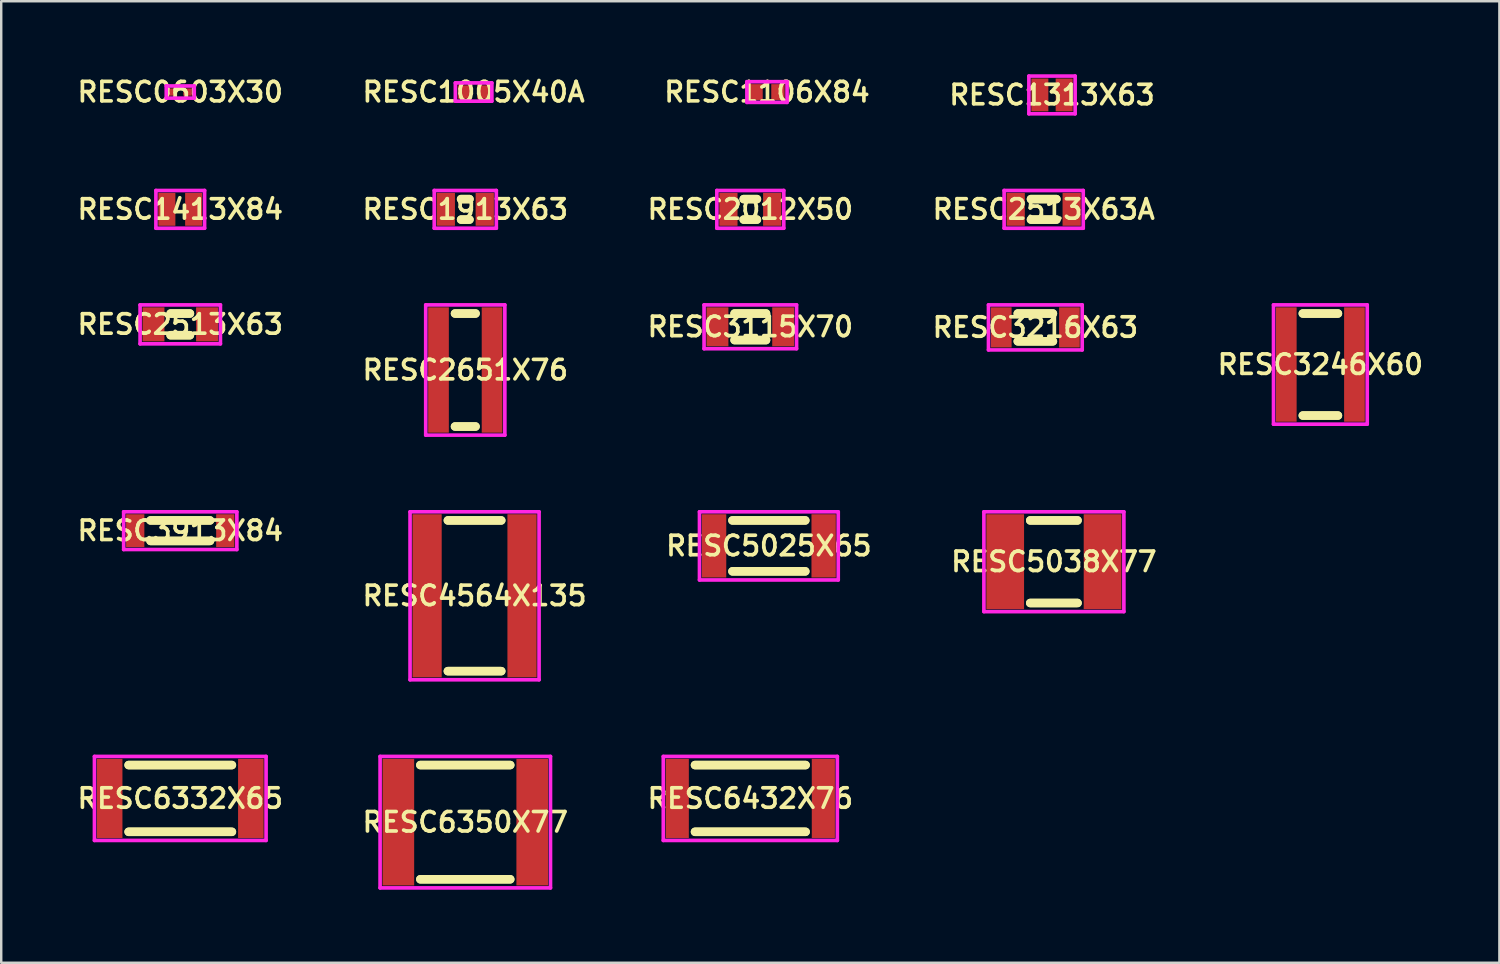
<source format=kicad_pcb>
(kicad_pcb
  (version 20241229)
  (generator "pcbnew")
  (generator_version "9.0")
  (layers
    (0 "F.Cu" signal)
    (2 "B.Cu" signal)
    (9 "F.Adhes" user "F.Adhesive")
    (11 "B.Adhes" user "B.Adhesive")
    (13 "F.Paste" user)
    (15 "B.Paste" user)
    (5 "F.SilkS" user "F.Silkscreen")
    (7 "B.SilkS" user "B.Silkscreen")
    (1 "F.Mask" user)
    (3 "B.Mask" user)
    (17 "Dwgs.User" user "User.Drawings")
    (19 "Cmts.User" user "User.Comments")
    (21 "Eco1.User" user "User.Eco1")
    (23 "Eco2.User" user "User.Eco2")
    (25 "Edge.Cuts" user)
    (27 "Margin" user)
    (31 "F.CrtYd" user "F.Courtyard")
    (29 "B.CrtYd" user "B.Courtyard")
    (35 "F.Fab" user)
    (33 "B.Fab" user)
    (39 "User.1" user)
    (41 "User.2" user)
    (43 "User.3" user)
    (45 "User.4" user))
  (footprint "RESC2651X76"
    (layer "F.Cu")
    (at 16.064 12.15)
    (property "Reference" "RESC2651X76" (at 0 0 0) (layer "F.SilkS") (effects (font (size 0.8 0.8) (thickness 0.15))))
    (attr smd)
    (fp_line (start -0.421 -2.321) (end 0.421 -2.321) (stroke (width 0.35) (type solid)) (layer "F.SilkS"))
    (fp_line (start -0.421 2.321) (end 0.421 2.321) (stroke (width 0.35) (type solid)) (layer "F.SilkS"))
    (fp_line (start 0.421 -2.321) (end -0.421 -2.321) (stroke (width 0.35) (type solid)) (layer "F.SilkS"))
    (fp_line (start 0.421 2.321) (end -0.421 2.321) (stroke (width 0.35) (type solid)) (layer "F.SilkS"))
    (fp_line (start -1.625 -2.675) (end 1.625 -2.675) (stroke (width 0.15) (type solid)) (layer "F.CrtYd"))
    (fp_line (start -1.625 2.675) (end -1.625 -2.675) (stroke (width 0.15) (type solid)) (layer "F.CrtYd"))
    (fp_line (start 1.625 -2.675) (end 1.625 2.675) (stroke (width 0.15) (type solid)) (layer "F.CrtYd"))
    (fp_line (start 1.625 2.675) (end -1.625 2.675) (stroke (width 0.15) (type solid)) (layer "F.CrtYd"))
    (pad "1" smd rect (at -1.1 0) (size 0.85 5.15) (layers "F.Cu" "F.Mask" "F.Paste"))
    (pad "2" smd rect (at 1.1 0) (size 0.85 5.15) (layers "F.Cu" "F.Mask" "F.Paste")))
  (footprint "RESC6350X77"
    (layer "F.Cu")
    (at 16.064 30.725)
    (property "Reference" "RESC6350X77" (at 0 0 0) (layer "F.SilkS") (effects (font (size 0.8 0.8) (thickness 0.15))))
    (attr smd)
    (fp_line (start -1.846 -2.346) (end 1.846 -2.346) (stroke (width 0.35) (type solid)) (layer "F.SilkS"))
    (fp_line (start -1.846 2.346) (end 1.846 2.346) (stroke (width 0.35) (type solid)) (layer "F.SilkS"))
    (fp_line (start 1.846 -2.346) (end -1.846 -2.346) (stroke (width 0.35) (type solid)) (layer "F.SilkS"))
    (fp_line (start 1.846 2.346) (end -1.846 2.346) (stroke (width 0.35) (type solid)) (layer "F.SilkS"))
    (fp_line (start -3.5 -2.7) (end 3.5 -2.7) (stroke (width 0.15) (type solid)) (layer "F.CrtYd"))
    (fp_line (start -3.5 2.7) (end -3.5 -2.7) (stroke (width 0.15) (type solid)) (layer "F.CrtYd"))
    (fp_line (start 3.5 -2.7) (end 3.5 2.7) (stroke (width 0.15) (type solid)) (layer "F.CrtYd"))
    (fp_line (start 3.5 2.7) (end -3.5 2.7) (stroke (width 0.15) (type solid)) (layer "F.CrtYd"))
    (pad "1" smd rect (at -2.75 0) (size 1.3 5.2) (layers "F.Cu" "F.Mask" "F.Paste"))
    (pad "2" smd rect (at 2.75 0) (size 1.3 5.2) (layers "F.Cu" "F.Mask" "F.Paste")))
  (footprint "RESC3115X70"
    (layer "F.Cu")
    (at 27.773 10.375)
    (property "Reference" "RESC3115X70" (at 0 0 0) (layer "F.SilkS") (effects (font (size 0.8 0.8) (thickness 0.15))))
    (attr smd)
    (fp_line (start -0.646 -0.546) (end 0.646 -0.546) (stroke (width 0.35) (type solid)) (layer "F.SilkS"))
    (fp_line (start -0.646 0.546) (end 0.646 0.546) (stroke (width 0.35) (type solid)) (layer "F.SilkS"))
    (fp_line (start 0.646 -0.546) (end -0.646 -0.546) (stroke (width 0.35) (type solid)) (layer "F.SilkS"))
    (fp_line (start 0.646 0.546) (end -0.646 0.546) (stroke (width 0.35) (type solid)) (layer "F.SilkS"))
    (fp_line (start -1.9 -0.9) (end 1.9 -0.9) (stroke (width 0.15) (type solid)) (layer "F.CrtYd"))
    (fp_line (start -1.9 0.9) (end -1.9 -0.9) (stroke (width 0.15) (type solid)) (layer "F.CrtYd"))
    (fp_line (start 1.9 -0.9) (end 1.9 0.9) (stroke (width 0.15) (type solid)) (layer "F.CrtYd"))
    (fp_line (start 1.9 0.9) (end -1.9 0.9) (stroke (width 0.15) (type solid)) (layer "F.CrtYd"))
    (pad "1" smd rect (at -1.35 0) (size 0.9 1.6) (layers "F.Cu" "F.Mask" "F.Paste"))
    (pad "2" smd rect (at 1.35 0) (size 0.9 1.6) (layers "F.Cu" "F.Mask" "F.Paste")))
  (footprint "RESC1913X63"
    (layer "F.Cu")
    (at 16.064 5.55)
    (property "Reference" "RESC1913X63" (at 0 0 0) (layer "F.SilkS") (effects (font (size 0.8 0.8) (thickness 0.15))))
    (attr smd)
    (fp_line (start -0.171 -0.421) (end 0.171 -0.421) (stroke (width 0.35) (type solid)) (layer "F.SilkS"))
    (fp_line (start -0.171 0.421) (end 0.171 0.421) (stroke (width 0.35) (type solid)) (layer "F.SilkS"))
    (fp_line (start 0.171 -0.421) (end -0.171 -0.421) (stroke (width 0.35) (type solid)) (layer "F.SilkS"))
    (fp_line (start 0.171 0.421) (end -0.171 0.421) (stroke (width 0.35) (type solid)) (layer "F.SilkS"))
    (fp_line (start -1.275 -0.775) (end 1.275 -0.775) (stroke (width 0.15) (type solid)) (layer "F.CrtYd"))
    (fp_line (start -1.275 0.775) (end -1.275 -0.775) (stroke (width 0.15) (type solid)) (layer "F.CrtYd"))
    (fp_line (start 1.275 -0.775) (end 1.275 0.775) (stroke (width 0.15) (type solid)) (layer "F.CrtYd"))
    (fp_line (start 1.275 0.775) (end -1.275 0.775) (stroke (width 0.15) (type solid)) (layer "F.CrtYd"))
    (pad "1" smd rect (at -0.8 0) (size 0.75 1.35) (layers "F.Cu" "F.Mask" "F.Paste"))
    (pad "2" smd rect (at 0.8 0) (size 0.75 1.35) (layers "F.Cu" "F.Mask" "F.Paste")))
  (footprint "RESC1313X63"
    (layer "F.Cu")
    (at 40.167 0.85)
    (property "Reference" "RESC1313X63" (at 0 0 0) (layer "F.SilkS") (effects (font (size 0.8 0.8) (thickness 0.15))))
    (attr smd)
    (fp_line (start -0.95 -0.775) (end 0.95 -0.775) (stroke (width 0.15) (type solid)) (layer "F.CrtYd"))
    (fp_line (start -0.95 0.775) (end -0.95 -0.775) (stroke (width 0.15) (type solid)) (layer "F.CrtYd"))
    (fp_line (start 0.95 -0.775) (end 0.95 0.775) (stroke (width 0.15) (type solid)) (layer "F.CrtYd"))
    (fp_line (start 0.95 0.775) (end -0.95 0.775) (stroke (width 0.15) (type solid)) (layer "F.CrtYd"))
    (pad "1" smd rect (at -0.5 0) (size 0.7 1.35) (layers "F.Cu" "F.Mask" "F.Paste"))
    (pad "2" smd rect (at 0.5 0) (size 0.7 1.35) (layers "F.Cu" "F.Mask" "F.Paste")))
  (footprint "RESC1005X40A"
    (layer "F.Cu")
    (at 16.406 0.731)
    (property "Reference" "RESC1005X40A" (at 0 0 0) (layer "F.SilkS") (effects (font (size 0.8 0.8) (thickness 0.15))))
    (attr smd)
    (fp_line (start -0.75 -0.375) (end 0.75 -0.375) (stroke (width 0.15) (type solid)) (layer "F.CrtYd"))
    (fp_line (start -0.75 0.375) (end -0.75 -0.375) (stroke (width 0.15) (type solid)) (layer "F.CrtYd"))
    (fp_line (start 0.75 -0.375) (end 0.75 0.375) (stroke (width 0.15) (type solid)) (layer "F.CrtYd"))
    (fp_line (start 0.75 0.375) (end -0.75 0.375) (stroke (width 0.15) (type solid)) (layer "F.CrtYd"))
    (pad "1" smd rect (at -0.4 0) (size 0.5 0.55) (layers "F.Cu" "F.Mask" "F.Paste"))
    (pad "2" smd rect (at 0.4 0) (size 0.5 0.55) (layers "F.Cu" "F.Mask" "F.Paste")))
  (footprint "RESC4564X135"
    (layer "F.Cu")
    (at 16.445 21.425)
    (property "Reference" "RESC4564X135" (at 0 0 0) (layer "F.SilkS") (effects (font (size 0.8 0.8) (thickness 0.15))))
    (attr smd)
    (fp_line (start -1.096 -3.096) (end 1.096 -3.096) (stroke (width 0.35) (type solid)) (layer "F.SilkS"))
    (fp_line (start -1.096 3.096) (end 1.096 3.096) (stroke (width 0.35) (type solid)) (layer "F.SilkS"))
    (fp_line (start 1.096 -3.096) (end -1.096 -3.096) (stroke (width 0.35) (type solid)) (layer "F.SilkS"))
    (fp_line (start 1.096 3.096) (end -1.096 3.096) (stroke (width 0.35) (type solid)) (layer "F.SilkS"))
    (fp_line (start -2.65 -3.45) (end 2.65 -3.45) (stroke (width 0.15) (type solid)) (layer "F.CrtYd"))
    (fp_line (start -2.65 3.45) (end -2.65 -3.45) (stroke (width 0.15) (type solid)) (layer "F.CrtYd"))
    (fp_line (start 2.65 -3.45) (end 2.65 3.45) (stroke (width 0.15) (type solid)) (layer "F.CrtYd"))
    (fp_line (start 2.65 3.45) (end -2.65 3.45) (stroke (width 0.15) (type solid)) (layer "F.CrtYd"))
    (pad "1" smd rect (at -1.95 0) (size 1.2 6.7) (layers "F.Cu" "F.Mask" "F.Paste"))
    (pad "2" smd rect (at 1.95 0) (size 1.2 6.7) (layers "F.Cu" "F.Mask" "F.Paste")))
  (footprint "RESC3216X63"
    (layer "F.Cu")
    (at 39.482 10.4)
    (property "Reference" "RESC3216X63" (at 0 0 0) (layer "F.SilkS") (effects (font (size 0.8 0.8) (thickness 0.15))))
    (attr smd)
    (fp_line (start -0.721 -0.571) (end 0.721 -0.571) (stroke (width 0.35) (type solid)) (layer "F.SilkS"))
    (fp_line (start -0.721 0.571) (end 0.721 0.571) (stroke (width 0.35) (type solid)) (layer "F.SilkS"))
    (fp_line (start 0.721 -0.571) (end -0.721 -0.571) (stroke (width 0.35) (type solid)) (layer "F.SilkS"))
    (fp_line (start 0.721 0.571) (end -0.721 0.571) (stroke (width 0.35) (type solid)) (layer "F.SilkS"))
    (fp_line (start -1.925 -0.925) (end 1.925 -0.925) (stroke (width 0.15) (type solid)) (layer "F.CrtYd"))
    (fp_line (start -1.925 0.925) (end -1.925 -0.925) (stroke (width 0.15) (type solid)) (layer "F.CrtYd"))
    (fp_line (start 1.925 -0.925) (end 1.925 0.925) (stroke (width 0.15) (type solid)) (layer "F.CrtYd"))
    (fp_line (start 1.925 0.925) (end -1.925 0.925) (stroke (width 0.15) (type solid)) (layer "F.CrtYd"))
    (pad "1" smd rect (at -1.4 0) (size 0.85 1.65) (layers "F.Cu" "F.Mask" "F.Paste"))
    (pad "2" smd rect (at 1.4 0) (size 0.85 1.65) (layers "F.Cu" "F.Mask" "F.Paste")))
  (footprint "RESC0603X30"
    (layer "F.Cu")
    (at 4.355 0.731)
    (property "Reference" "RESC0603X30" (at 0 0 0) (layer "F.SilkS") (effects (font (size 0.8 0.8) (thickness 0.15))))
    (attr smd)
    (fp_line (start -0.575 -0.25) (end 0.575 -0.25) (stroke (width 0.15) (type solid)) (layer "F.CrtYd"))
    (fp_line (start -0.575 0.25) (end -0.575 -0.25) (stroke (width 0.15) (type solid)) (layer "F.CrtYd"))
    (fp_line (start 0.575 -0.25) (end 0.575 0.25) (stroke (width 0.15) (type solid)) (layer "F.CrtYd"))
    (fp_line (start 0.575 0.25) (end -0.575 0.25) (stroke (width 0.15) (type solid)) (layer "F.CrtYd"))
    (pad "1" smd rect (at -0.3 0) (size 0.35 0.3) (layers "F.Cu" "F.Mask" "F.Paste"))
    (pad "2" smd rect (at 0.3 0) (size 0.35 0.3) (layers "F.Cu" "F.Mask" "F.Paste")))
  (footprint "RESC3913X84"
    (layer "F.Cu")
    (at 4.355 18.75)
    (property "Reference" "RESC3913X84" (at 0 0 0) (layer "F.SilkS") (effects (font (size 0.8 0.8) (thickness 0.15))))
    (attr smd)
    (fp_line (start -1.221 -0.421) (end 1.221 -0.421) (stroke (width 0.35) (type solid)) (layer "F.SilkS"))
    (fp_line (start -1.221 0.421) (end 1.221 0.421) (stroke (width 0.35) (type solid)) (layer "F.SilkS"))
    (fp_line (start 1.221 -0.421) (end -1.221 -0.421) (stroke (width 0.35) (type solid)) (layer "F.SilkS"))
    (fp_line (start 1.221 0.421) (end -1.221 0.421) (stroke (width 0.35) (type solid)) (layer "F.SilkS"))
    (fp_line (start -2.325 -0.775) (end 2.325 -0.775) (stroke (width 0.15) (type solid)) (layer "F.CrtYd"))
    (fp_line (start -2.325 0.775) (end -2.325 -0.775) (stroke (width 0.15) (type solid)) (layer "F.CrtYd"))
    (fp_line (start 2.325 -0.775) (end 2.325 0.775) (stroke (width 0.15) (type solid)) (layer "F.CrtYd"))
    (fp_line (start 2.325 0.775) (end -2.325 0.775) (stroke (width 0.15) (type solid)) (layer "F.CrtYd"))
    (pad "1" smd rect (at -1.85 0) (size 0.75 1.35) (layers "F.Cu" "F.Mask" "F.Paste"))
    (pad "2" smd rect (at 1.85 0) (size 0.75 1.35) (layers "F.Cu" "F.Mask" "F.Paste")))
  (footprint "RESC6432X76"
    (layer "F.Cu")
    (at 27.773 29.75)
    (property "Reference" "RESC6432X76" (at 0 0 0) (layer "F.SilkS") (effects (font (size 0.8 0.8) (thickness 0.15))))
    (attr smd)
    (fp_line (start -2.271 -1.371) (end 2.271 -1.371) (stroke (width 0.35) (type solid)) (layer "F.SilkS"))
    (fp_line (start -2.271 1.371) (end 2.271 1.371) (stroke (width 0.35) (type solid)) (layer "F.SilkS"))
    (fp_line (start 2.271 -1.371) (end -2.271 -1.371) (stroke (width 0.35) (type solid)) (layer "F.SilkS"))
    (fp_line (start 2.271 1.371) (end -2.271 1.371) (stroke (width 0.35) (type solid)) (layer "F.SilkS"))
    (fp_line (start -3.575 -1.725) (end 3.575 -1.725) (stroke (width 0.15) (type solid)) (layer "F.CrtYd"))
    (fp_line (start -3.575 1.725) (end -3.575 -1.725) (stroke (width 0.15) (type solid)) (layer "F.CrtYd"))
    (fp_line (start 3.575 -1.725) (end 3.575 1.725) (stroke (width 0.15) (type solid)) (layer "F.CrtYd"))
    (fp_line (start 3.575 1.725) (end -3.575 1.725) (stroke (width 0.15) (type solid)) (layer "F.CrtYd"))
    (pad "1" smd rect (at -3 0) (size 0.95 3.25) (layers "F.Cu" "F.Mask" "F.Paste"))
    (pad "2" smd rect (at 3 0) (size 0.95 3.25) (layers "F.Cu" "F.Mask" "F.Paste")))
  (footprint "RESC6332X65"
    (layer "F.Cu")
    (at 4.355 29.75)
    (property "Reference" "RESC6332X65" (at 0 0 0) (layer "F.SilkS") (effects (font (size 0.8 0.8) (thickness 0.15))))
    (attr smd)
    (fp_line (start -2.121 -1.371) (end 2.121 -1.371) (stroke (width 0.35) (type solid)) (layer "F.SilkS"))
    (fp_line (start -2.121 1.371) (end 2.121 1.371) (stroke (width 0.35) (type solid)) (layer "F.SilkS"))
    (fp_line (start 2.121 -1.371) (end -2.121 -1.371) (stroke (width 0.35) (type solid)) (layer "F.SilkS"))
    (fp_line (start 2.121 1.371) (end -2.121 1.371) (stroke (width 0.35) (type solid)) (layer "F.SilkS"))
    (fp_line (start -3.525 -1.725) (end 3.525 -1.725) (stroke (width 0.15) (type solid)) (layer "F.CrtYd"))
    (fp_line (start -3.525 1.725) (end -3.525 -1.725) (stroke (width 0.15) (type solid)) (layer "F.CrtYd"))
    (fp_line (start 3.525 -1.725) (end 3.525 1.725) (stroke (width 0.15) (type solid)) (layer "F.CrtYd"))
    (fp_line (start 3.525 1.725) (end -3.525 1.725) (stroke (width 0.15) (type solid)) (layer "F.CrtYd"))
    (pad "1" smd rect (at -2.9 0) (size 1.05 3.25) (layers "F.Cu" "F.Mask" "F.Paste"))
    (pad "2" smd rect (at 2.9 0) (size 1.05 3.25) (layers "F.Cu" "F.Mask" "F.Paste")))
  (footprint "RESC2513X63A"
    (layer "F.Cu")
    (at 39.825 5.55)
    (property "Reference" "RESC2513X63A" (at 0 0 0) (layer "F.SilkS") (effects (font (size 0.8 0.8) (thickness 0.15))))
    (attr smd)
    (fp_line (start -0.521 -0.421) (end 0.521 -0.421) (stroke (width 0.35) (type solid)) (layer "F.SilkS"))
    (fp_line (start -0.521 0.421) (end 0.521 0.421) (stroke (width 0.35) (type solid)) (layer "F.SilkS"))
    (fp_line (start 0.521 -0.421) (end -0.521 -0.421) (stroke (width 0.35) (type solid)) (layer "F.SilkS"))
    (fp_line (start 0.521 0.421) (end -0.521 0.421) (stroke (width 0.35) (type solid)) (layer "F.SilkS"))
    (fp_line (start -1.625 -0.775) (end 1.625 -0.775) (stroke (width 0.15) (type solid)) (layer "F.CrtYd"))
    (fp_line (start -1.625 0.775) (end -1.625 -0.775) (stroke (width 0.15) (type solid)) (layer "F.CrtYd"))
    (fp_line (start 1.625 -0.775) (end 1.625 0.775) (stroke (width 0.15) (type solid)) (layer "F.CrtYd"))
    (fp_line (start 1.625 0.775) (end -1.625 0.775) (stroke (width 0.15) (type solid)) (layer "F.CrtYd"))
    (pad "1" smd rect (at -1.15 0) (size 0.75 1.35) (layers "F.Cu" "F.Mask" "F.Paste"))
    (pad "2" smd rect (at 1.15 0) (size 0.75 1.35) (layers "F.Cu" "F.Mask" "F.Paste")))
  (footprint "RESC5038X77"
    (layer "F.Cu")
    (at 40.244 20.025)
    (property "Reference" "RESC5038X77" (at 0 0 0) (layer "F.SilkS") (effects (font (size 0.8 0.8) (thickness 0.15))))
    (attr smd)
    (fp_line (start -0.971 -1.696) (end 0.971 -1.696) (stroke (width 0.35) (type solid)) (layer "F.SilkS"))
    (fp_line (start -0.971 1.696) (end 0.971 1.696) (stroke (width 0.35) (type solid)) (layer "F.SilkS"))
    (fp_line (start 0.971 -1.696) (end -0.971 -1.696) (stroke (width 0.35) (type solid)) (layer "F.SilkS"))
    (fp_line (start 0.971 1.696) (end -0.971 1.696) (stroke (width 0.35) (type solid)) (layer "F.SilkS"))
    (fp_line (start -2.875 -2.05) (end 2.875 -2.05) (stroke (width 0.15) (type solid)) (layer "F.CrtYd"))
    (fp_line (start -2.875 2.05) (end -2.875 -2.05) (stroke (width 0.15) (type solid)) (layer "F.CrtYd"))
    (fp_line (start 2.875 -2.05) (end 2.875 2.05) (stroke (width 0.15) (type solid)) (layer "F.CrtYd"))
    (fp_line (start 2.875 2.05) (end -2.875 2.05) (stroke (width 0.15) (type solid)) (layer "F.CrtYd"))
    (pad "1" smd rect (at -2 0) (size 1.55 3.9) (layers "F.Cu" "F.Mask" "F.Paste"))
    (pad "2" smd rect (at 2 0) (size 1.55 3.9) (layers "F.Cu" "F.Mask" "F.Paste")))
  (footprint "RESC2012X50"
    (layer "F.Cu")
    (at 27.773 5.55)
    (property "Reference" "RESC2012X50" (at 0 0 0) (layer "F.SilkS") (effects (font (size 0.8 0.8) (thickness 0.15))))
    (attr smd)
    (fp_line (start -0.271 -0.421) (end 0.271 -0.421) (stroke (width 0.35) (type solid)) (layer "F.SilkS"))
    (fp_line (start -0.271 0.421) (end 0.271 0.421) (stroke (width 0.35) (type solid)) (layer "F.SilkS"))
    (fp_line (start 0.271 -0.421) (end -0.271 -0.421) (stroke (width 0.35) (type solid)) (layer "F.SilkS"))
    (fp_line (start 0.271 0.421) (end -0.271 0.421) (stroke (width 0.35) (type solid)) (layer "F.SilkS"))
    (fp_line (start -1.375 -0.775) (end 1.375 -0.775) (stroke (width 0.15) (type solid)) (layer "F.CrtYd"))
    (fp_line (start -1.375 0.775) (end -1.375 -0.775) (stroke (width 0.15) (type solid)) (layer "F.CrtYd"))
    (fp_line (start 1.375 -0.775) (end 1.375 0.775) (stroke (width 0.15) (type solid)) (layer "F.CrtYd"))
    (fp_line (start 1.375 0.775) (end -1.375 0.775) (stroke (width 0.15) (type solid)) (layer "F.CrtYd"))
    (pad "1" smd rect (at -0.9 0) (size 0.75 1.35) (layers "F.Cu" "F.Mask" "F.Paste"))
    (pad "2" smd rect (at 0.9 0) (size 0.75 1.35) (layers "F.Cu" "F.Mask" "F.Paste")))
  (footprint "RESC1106X84"
    (layer "F.Cu")
    (at 28.458 0.731)
    (property "Reference" "RESC1106X84" (at 0 0 0) (layer "F.SilkS") (effects (font (size 0.8 0.8) (thickness 0.15))))
    (attr smd)
    (fp_line (start -0.825 -0.425) (end 0.825 -0.425) (stroke (width 0.15) (type solid)) (layer "F.CrtYd"))
    (fp_line (start -0.825 0.425) (end -0.825 -0.425) (stroke (width 0.15) (type solid)) (layer "F.CrtYd"))
    (fp_line (start 0.825 -0.425) (end 0.825 0.425) (stroke (width 0.15) (type solid)) (layer "F.CrtYd"))
    (fp_line (start 0.825 0.425) (end -0.825 0.425) (stroke (width 0.15) (type solid)) (layer "F.CrtYd"))
    (pad "1" smd rect (at -0.45 0) (size 0.55 0.65) (layers "F.Cu" "F.Mask" "F.Paste"))
    (pad "2" smd rect (at 0.45 0) (size 0.55 0.65) (layers "F.Cu" "F.Mask" "F.Paste")))
  (footprint "RESC3246X60"
    (layer "F.Cu")
    (at 51.191 11.925)
    (property "Reference" "RESC3246X60" (at 0 0 0) (layer "F.SilkS") (effects (font (size 0.8 0.8) (thickness 0.15))))
    (attr smd)
    (fp_line (start -0.721 -2.096) (end 0.721 -2.096) (stroke (width 0.35) (type solid)) (layer "F.SilkS"))
    (fp_line (start -0.721 2.096) (end 0.721 2.096) (stroke (width 0.35) (type solid)) (layer "F.SilkS"))
    (fp_line (start 0.721 -2.096) (end -0.721 -2.096) (stroke (width 0.35) (type solid)) (layer "F.SilkS"))
    (fp_line (start 0.721 2.096) (end -0.721 2.096) (stroke (width 0.35) (type solid)) (layer "F.SilkS"))
    (fp_line (start -1.925 -2.45) (end 1.925 -2.45) (stroke (width 0.15) (type solid)) (layer "F.CrtYd"))
    (fp_line (start -1.925 2.45) (end -1.925 -2.45) (stroke (width 0.15) (type solid)) (layer "F.CrtYd"))
    (fp_line (start 1.925 -2.45) (end 1.925 2.45) (stroke (width 0.15) (type solid)) (layer "F.CrtYd"))
    (fp_line (start 1.925 2.45) (end -1.925 2.45) (stroke (width 0.15) (type solid)) (layer "F.CrtYd"))
    (pad "1" smd rect (at -1.4 0) (size 0.85 4.7) (layers "F.Cu" "F.Mask" "F.Paste"))
    (pad "2" smd rect (at 1.4 0) (size 0.85 4.7) (layers "F.Cu" "F.Mask" "F.Paste")))
  (footprint "RESC2513X63"
    (layer "F.Cu")
    (at 4.355 10.275)
    (property "Reference" "RESC2513X63" (at 0 0 0) (layer "F.SilkS") (effects (font (size 0.8 0.8) (thickness 0.15))))
    (attr smd)
    (fp_line (start -0.396 -0.446) (end 0.396 -0.446) (stroke (width 0.35) (type solid)) (layer "F.SilkS"))
    (fp_line (start -0.396 0.446) (end 0.396 0.446) (stroke (width 0.35) (type solid)) (layer "F.SilkS"))
    (fp_line (start 0.396 -0.446) (end -0.396 -0.446) (stroke (width 0.35) (type solid)) (layer "F.SilkS"))
    (fp_line (start 0.396 0.446) (end -0.396 0.446) (stroke (width 0.35) (type solid)) (layer "F.SilkS"))
    (fp_line (start -1.65 -0.8) (end 1.65 -0.8) (stroke (width 0.15) (type solid)) (layer "F.CrtYd"))
    (fp_line (start -1.65 0.8) (end -1.65 -0.8) (stroke (width 0.15) (type solid)) (layer "F.CrtYd"))
    (fp_line (start 1.65 -0.8) (end 1.65 0.8) (stroke (width 0.15) (type solid)) (layer "F.CrtYd"))
    (fp_line (start 1.65 0.8) (end -1.65 0.8) (stroke (width 0.15) (type solid)) (layer "F.CrtYd"))
    (pad "1" smd rect (at -1.1 0) (size 0.9 1.4) (layers "F.Cu" "F.Mask" "F.Paste"))
    (pad "2" smd rect (at 1.1 0) (size 0.9 1.4) (layers "F.Cu" "F.Mask" "F.Paste")))
  (footprint "RESC1413X84"
    (layer "F.Cu")
    (at 4.355 5.55)
    (property "Reference" "RESC1413X84" (at 0 0 0) (layer "F.SilkS") (effects (font (size 0.8 0.8) (thickness 0.15))))
    (attr smd)
    (fp_line (start -1 -0.775) (end 1 -0.775) (stroke (width 0.15) (type solid)) (layer "F.CrtYd"))
    (fp_line (start -1 0.775) (end -1 -0.775) (stroke (width 0.15) (type solid)) (layer "F.CrtYd"))
    (fp_line (start 1 -0.775) (end 1 0.775) (stroke (width 0.15) (type solid)) (layer "F.CrtYd"))
    (fp_line (start 1 0.775) (end -1 0.775) (stroke (width 0.15) (type solid)) (layer "F.CrtYd"))
    (pad "1" smd rect (at -0.55 0) (size 0.7 1.35) (layers "F.Cu" "F.Mask" "F.Paste"))
    (pad "2" smd rect (at 0.55 0) (size 0.7 1.35) (layers "F.Cu" "F.Mask" "F.Paste")))
  (footprint "RESC5025X65"
    (layer "F.Cu")
    (at 28.535 19.375)
    (property "Reference" "RESC5025X65" (at 0 0 0) (layer "F.SilkS") (effects (font (size 0.8 0.8) (thickness 0.15))))
    (attr smd)
    (fp_line (start -1.496 -1.046) (end 1.496 -1.046) (stroke (width 0.35) (type solid)) (layer "F.SilkS"))
    (fp_line (start -1.496 1.046) (end 1.496 1.046) (stroke (width 0.35) (type solid)) (layer "F.SilkS"))
    (fp_line (start 1.496 -1.046) (end -1.496 -1.046) (stroke (width 0.35) (type solid)) (layer "F.SilkS"))
    (fp_line (start 1.496 1.046) (end -1.496 1.046) (stroke (width 0.35) (type solid)) (layer "F.SilkS"))
    (fp_line (start -2.85 -1.4) (end 2.85 -1.4) (stroke (width 0.15) (type solid)) (layer "F.CrtYd"))
    (fp_line (start -2.85 1.4) (end -2.85 -1.4) (stroke (width 0.15) (type solid)) (layer "F.CrtYd"))
    (fp_line (start 2.85 -1.4) (end 2.85 1.4) (stroke (width 0.15) (type solid)) (layer "F.CrtYd"))
    (fp_line (start 2.85 1.4) (end -2.85 1.4) (stroke (width 0.15) (type solid)) (layer "F.CrtYd"))
    (pad "1" smd rect (at -2.25 0) (size 1 2.6) (layers "F.Cu" "F.Mask" "F.Paste"))
    (pad "2" smd rect (at 2.25 0) (size 1 2.6) (layers "F.Cu" "F.Mask" "F.Paste")))
  (gr_rect
    (start -3 -3)
    (end 58.545 36.5)
    (stroke (width 0.1) (type default))
    (fill no)
    (layer "Edge.Cuts")))
</source>
